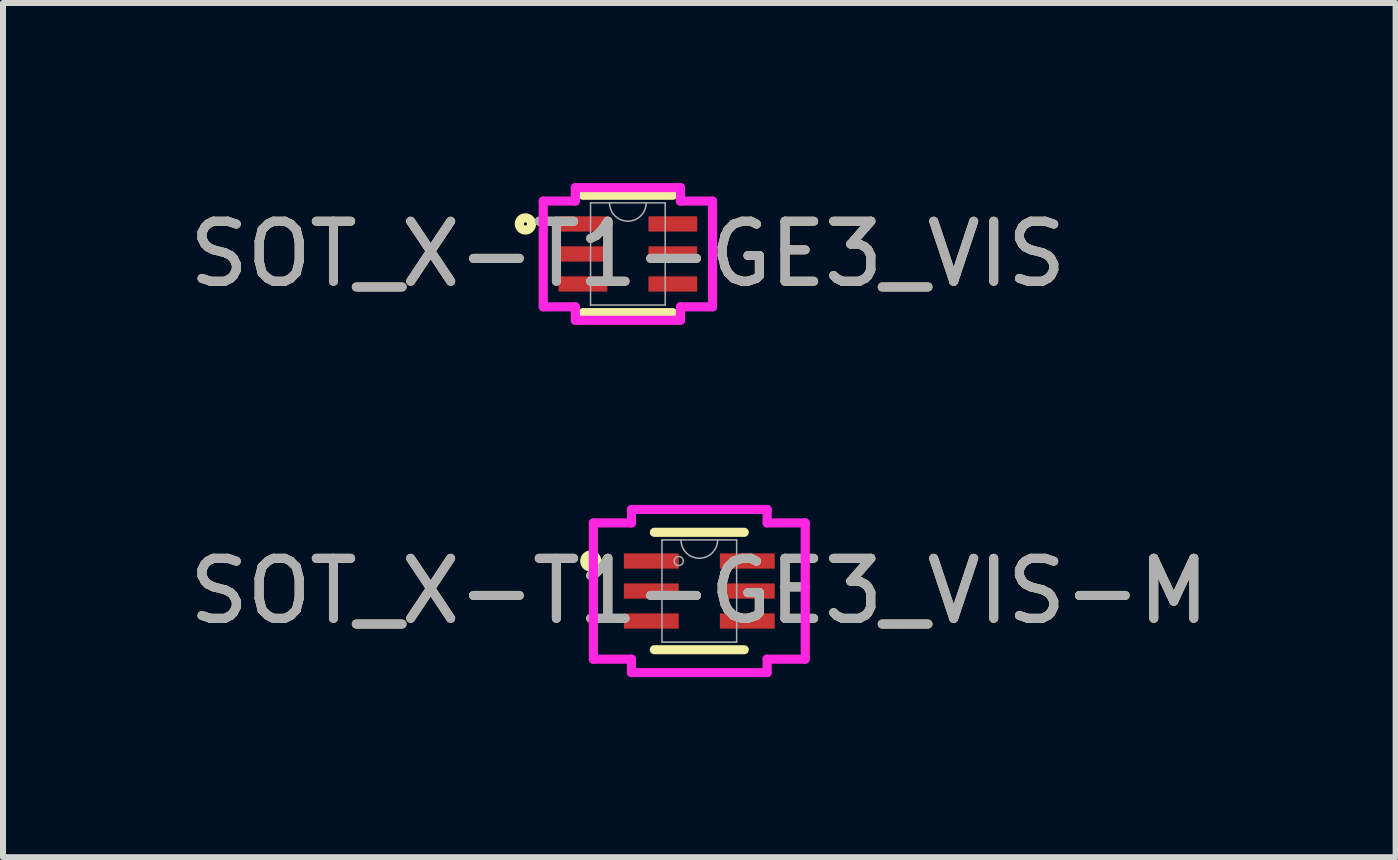
<source format=kicad_pcb>
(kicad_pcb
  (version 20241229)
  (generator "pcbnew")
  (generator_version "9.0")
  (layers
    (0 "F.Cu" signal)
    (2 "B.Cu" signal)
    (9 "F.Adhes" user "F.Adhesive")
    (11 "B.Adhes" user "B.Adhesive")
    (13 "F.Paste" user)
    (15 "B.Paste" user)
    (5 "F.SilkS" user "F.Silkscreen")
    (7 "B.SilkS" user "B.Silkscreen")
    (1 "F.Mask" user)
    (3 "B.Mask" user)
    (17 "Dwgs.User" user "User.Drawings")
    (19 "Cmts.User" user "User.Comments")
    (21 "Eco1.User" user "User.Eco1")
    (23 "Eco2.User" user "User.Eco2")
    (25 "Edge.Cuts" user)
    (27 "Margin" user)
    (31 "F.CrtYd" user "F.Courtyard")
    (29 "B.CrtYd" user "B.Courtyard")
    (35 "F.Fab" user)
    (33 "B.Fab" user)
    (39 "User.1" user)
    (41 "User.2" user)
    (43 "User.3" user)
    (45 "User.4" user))
  (footprint "SOT_X-T1-GE3_VIS-M"
    (layer "F.Cu")
    (at 8.601 6.797)
    (property "Reference" "SOT_X-T1-GE3_VIS-M" (at 0 0 0) (unlocked yes) (layer "F.SilkS") (effects (font (size 1 1) (thickness 0.15))))
    (attr smd)
    (fp_line (start -0.749 0.978) (end 0.749 0.978) (stroke (width 0.152) (type solid)) (layer "F.SilkS"))
    (fp_line (start 0.749 -0.978) (end -0.749 -0.978) (stroke (width 0.152) (type solid)) (layer "F.SilkS"))
    (fp_circle (center -1.808 -0.5) (end -1.707 -0.5) (stroke (width 0.152) (type solid)) (fill no) (layer "F.SilkS"))
    (fp_line (start -1.765 -1.135) (end -1.13 -1.135) (stroke (width 0.152) (type solid)) (layer "F.CrtYd"))
    (fp_line (start -1.765 1.135) (end -1.765 -1.135) (stroke (width 0.152) (type solid)) (layer "F.CrtYd"))
    (fp_line (start -1.765 1.135) (end -1.13 1.135) (stroke (width 0.152) (type solid)) (layer "F.CrtYd"))
    (fp_line (start -1.13 -1.359) (end 1.13 -1.359) (stroke (width 0.152) (type solid)) (layer "F.CrtYd"))
    (fp_line (start -1.13 -1.135) (end -1.13 -1.359) (stroke (width 0.152) (type solid)) (layer "F.CrtYd"))
    (fp_line (start -1.13 1.359) (end -1.13 1.135) (stroke (width 0.152) (type solid)) (layer "F.CrtYd"))
    (fp_line (start 1.13 -1.359) (end 1.13 -1.135) (stroke (width 0.152) (type solid)) (layer "F.CrtYd"))
    (fp_line (start 1.13 1.135) (end 1.13 1.359) (stroke (width 0.152) (type solid)) (layer "F.CrtYd"))
    (fp_line (start 1.13 1.359) (end -1.13 1.359) (stroke (width 0.152) (type solid)) (layer "F.CrtYd"))
    (fp_line (start 1.765 -1.135) (end 1.13 -1.135) (stroke (width 0.152) (type solid)) (layer "F.CrtYd"))
    (fp_line (start 1.765 -1.135) (end 1.765 1.135) (stroke (width 0.152) (type solid)) (layer "F.CrtYd"))
    (fp_line (start 1.765 1.135) (end 1.13 1.135) (stroke (width 0.152) (type solid)) (layer "F.CrtYd"))
    (fp_line (start -0.622 -0.851) (end -0.622 0.851) (stroke (width 0.025) (type solid)) (layer "F.Fab"))
    (fp_line (start -0.622 0.851) (end 0.622 0.851) (stroke (width 0.025) (type solid)) (layer "F.Fab"))
    (fp_line (start 0.622 -0.851) (end -0.622 -0.851) (stroke (width 0.025) (type solid)) (layer "F.Fab"))
    (fp_line (start 0.622 0.851) (end 0.622 -0.851) (stroke (width 0.025) (type solid)) (layer "F.Fab"))
    (fp_arc (start 0.3048 -0.8509) (mid 0 -0.5461) (end -0.3048 -0.8509) (stroke (width 0.0254) (type solid)) (layer "F.Fab"))
    (fp_circle (center -0.343 -0.5) (end -0.267 -0.5) (stroke (width 0.025) (type solid)) (fill no) (layer "F.Fab"))
    (fp_text user "${REFERENCE}" (at 0 0 0) (unlocked yes) (layer "F.Fab") (effects (font (size 1 1) (thickness 0.15))))
    (pad "1" smd rect (at -0.8 -0.5) (size 0.914 0.254) (layers "F.Cu" "F.Mask" "F.Paste"))
    (pad "2" smd rect (at -0.8 0) (size 0.914 0.254) (layers "F.Cu" "F.Mask" "F.Paste"))
    (pad "3" smd rect (at -0.8 0.5) (size 0.914 0.254) (layers "F.Cu" "F.Mask" "F.Paste"))
    (pad "4" smd rect (at 0.8 0.5) (size 0.914 0.254) (layers "F.Cu" "F.Mask" "F.Paste"))
    (pad "5" smd rect (at 0.8 0) (size 0.914 0.254) (layers "F.Cu" "F.Mask" "F.Paste"))
    (pad "6" smd rect (at 0.8 -0.5) (size 0.914 0.254) (layers "F.Cu" "F.Mask" "F.Paste")))
  (footprint "SOT_X-T1-GE3_VIS"
    (layer "F.Cu")
    (at 7.411 1.181)
    (property "Reference" "SOT_X-T1-GE3_VIS" (at 0 0 0) (unlocked yes) (layer "F.SilkS") (effects (font (size 1 1) (thickness 0.15))))
    (attr smd)
    (fp_line (start -0.749 0.978) (end 0.749 0.978) (stroke (width 0.152) (type solid)) (layer "F.SilkS"))
    (fp_line (start 0.749 -0.978) (end -0.749 -0.978) (stroke (width 0.152) (type solid)) (layer "F.SilkS"))
    (fp_circle (center -1.707 -0.5) (end -1.605 -0.5) (stroke (width 0.152) (type solid)) (fill no) (layer "F.SilkS"))
    (fp_line (start -1.41 -0.881) (end -0.876 -0.881) (stroke (width 0.152) (type solid)) (layer "F.CrtYd"))
    (fp_line (start -1.41 0.881) (end -1.41 -0.881) (stroke (width 0.152) (type solid)) (layer "F.CrtYd"))
    (fp_line (start -1.41 0.881) (end -0.876 0.881) (stroke (width 0.152) (type solid)) (layer "F.CrtYd"))
    (fp_line (start -0.876 -1.105) (end 0.876 -1.105) (stroke (width 0.152) (type solid)) (layer "F.CrtYd"))
    (fp_line (start -0.876 -0.881) (end -0.876 -1.105) (stroke (width 0.152) (type solid)) (layer "F.CrtYd"))
    (fp_line (start -0.876 1.105) (end -0.876 0.881) (stroke (width 0.152) (type solid)) (layer "F.CrtYd"))
    (fp_line (start 0.876 -1.105) (end 0.876 -0.881) (stroke (width 0.152) (type solid)) (layer "F.CrtYd"))
    (fp_line (start 0.876 0.881) (end 0.876 1.105) (stroke (width 0.152) (type solid)) (layer "F.CrtYd"))
    (fp_line (start 0.876 1.105) (end -0.876 1.105) (stroke (width 0.152) (type solid)) (layer "F.CrtYd"))
    (fp_line (start 1.41 -0.881) (end 0.876 -0.881) (stroke (width 0.152) (type solid)) (layer "F.CrtYd"))
    (fp_line (start 1.41 -0.881) (end 1.41 0.881) (stroke (width 0.152) (type solid)) (layer "F.CrtYd"))
    (fp_line (start 1.41 0.881) (end 0.876 0.881) (stroke (width 0.152) (type solid)) (layer "F.CrtYd"))
    (fp_line (start -0.622 -0.851) (end -0.622 0.851) (stroke (width 0.025) (type solid)) (layer "F.Fab"))
    (fp_line (start -0.622 0.851) (end 0.622 0.851) (stroke (width 0.025) (type solid)) (layer "F.Fab"))
    (fp_line (start 0.622 -0.851) (end -0.622 -0.851) (stroke (width 0.025) (type solid)) (layer "F.Fab"))
    (fp_line (start 0.622 0.851) (end 0.622 -0.851) (stroke (width 0.025) (type solid)) (layer "F.Fab"))
    (fp_arc (start 0.3048 -0.8509) (mid 0 -0.5461) (end -0.3048 -0.8509) (stroke (width 0.0254) (type solid)) (layer "F.Fab"))
    (fp_circle (center -0.343 -0.5) (end -0.267 -0.5) (stroke (width 0.025) (type solid)) (fill no) (layer "F.Fab"))
    (fp_text user "${REFERENCE}" (at 0 0 0) (unlocked yes) (layer "F.Fab") (effects (font (size 1 1) (thickness 0.15))))
    (pad "1" smd rect (at -0.749 -0.5) (size 0.813 0.254) (layers "F.Cu" "F.Mask" "F.Paste"))
    (pad "2" smd rect (at -0.749 0) (size 0.813 0.254) (layers "F.Cu" "F.Mask" "F.Paste"))
    (pad "3" smd rect (at -0.749 0.5) (size 0.813 0.254) (layers "F.Cu" "F.Mask" "F.Paste"))
    (pad "4" smd rect (at 0.749 0.5) (size 0.813 0.254) (layers "F.Cu" "F.Mask" "F.Paste"))
    (pad "5" smd rect (at 0.749 0) (size 0.813 0.254) (layers "F.Cu" "F.Mask" "F.Paste"))
    (pad "6" smd rect (at 0.749 -0.5) (size 0.813 0.254) (layers "F.Cu" "F.Mask" "F.Paste")))
  (gr_rect
    (start -3 -3)
    (end 20.202 11.232)
    (stroke (width 0.1) (type default))
    (fill no)
    (layer "Edge.Cuts")))
</source>
